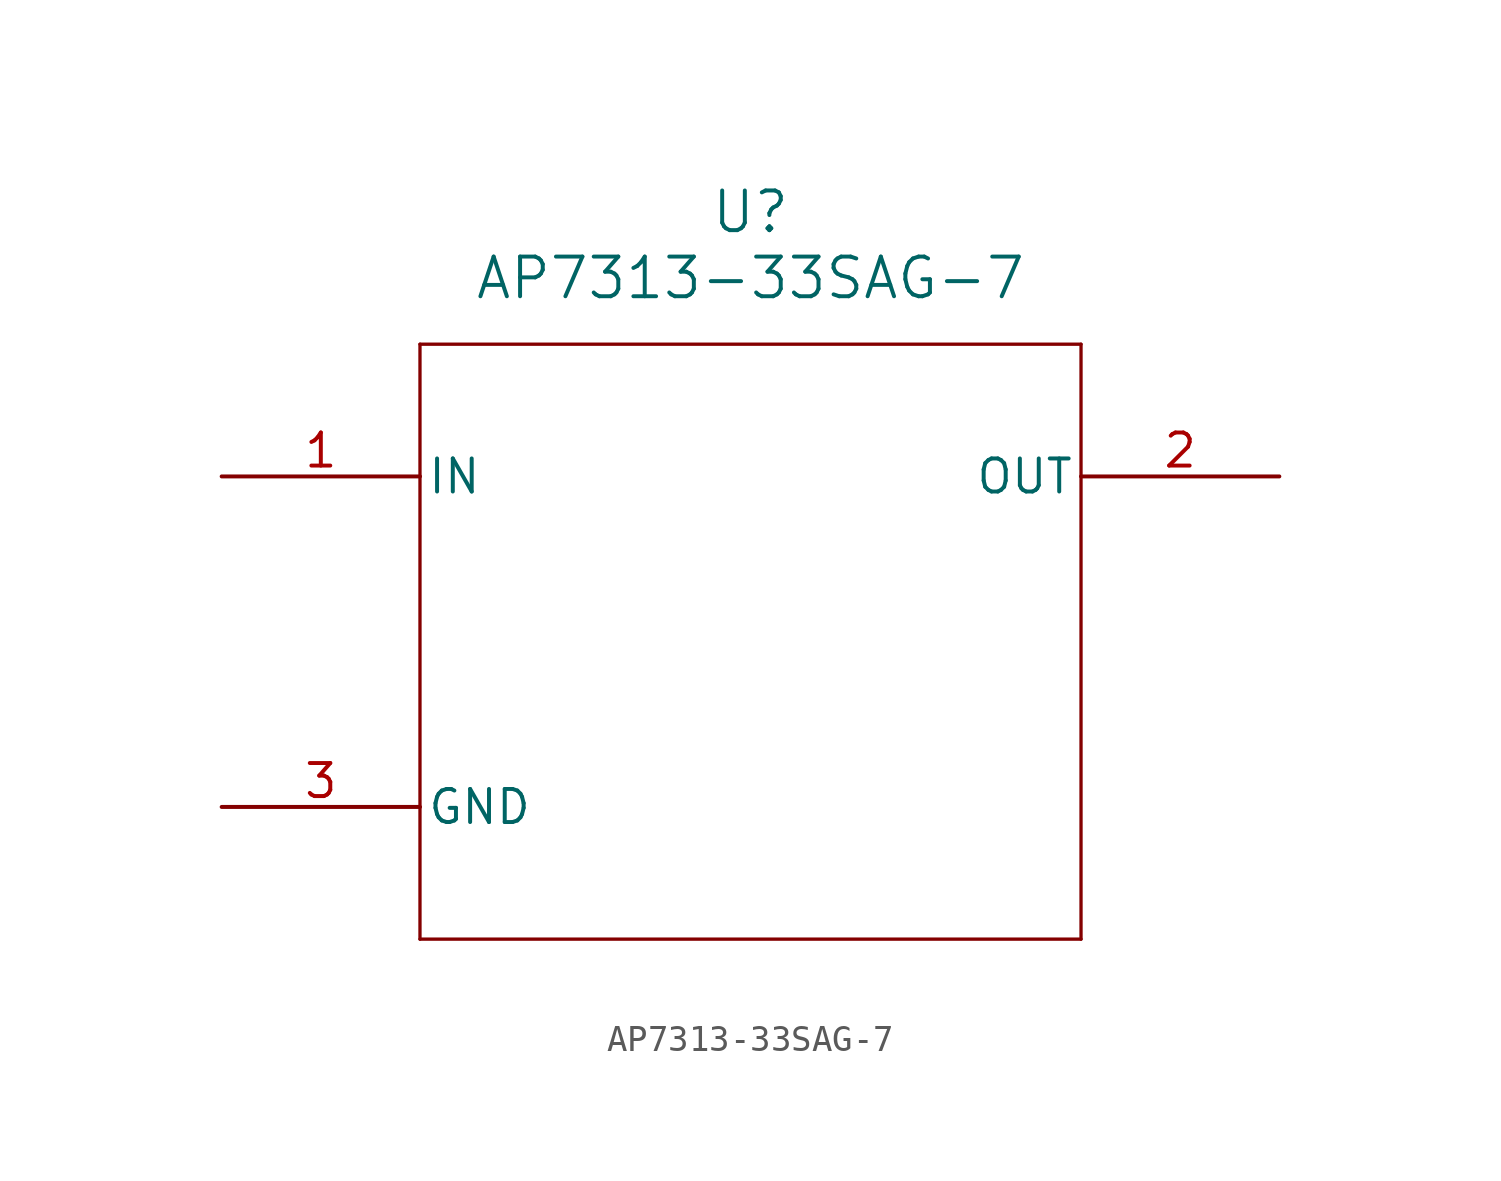
<source format=kicad_sym>
(kicad_symbol_lib
  (version 20211014)
  (generator kicad_symbol_editor)
  (symbol "AP7313-33SAG-7"
    (pin_names
      (offset 0.254))
    (property "Reference" "U"
      (at 20.32 10.16 0)
      (effects (font (size 1.524 1.524))))
    (property "Value" "AP7313-33SAG-7"
      (at 20.32 7.62 0)
      (effects (font (size 1.524 1.524))))
    (symbol "AP7313-33SAG-7_0_1"
      (polyline (pts (xy 7.62 5.08) (xy 7.62 -17.78)) (stroke (width 0.127) (type default) (color 0 0 0 0)) (fill (type none)))
      (polyline (pts (xy 7.62 -17.78) (xy 33.02 -17.78)) (stroke (width 0.127) (type default) (color 0 0 0 0)) (fill (type none)))
      (polyline (pts (xy 33.02 -17.78) (xy 33.02 5.08)) (stroke (width 0.127) (type default) (color 0 0 0 0)) (fill (type none)))
      (polyline (pts (xy 33.02 5.08) (xy 7.62 5.08)) (stroke (width 0.127) (type default) (color 0 0 0 0)) (fill (type none)))
      (pin input line (at 0 0 0) (length 7.62) (name "IN" (effects (font (size 1.27 1.27)))) (number "1" (effects (font (size 1.27 1.27)))))
      (pin output line (at 40.64 0 180) (length 7.62) (name "OUT" (effects (font (size 1.27 1.27)))) (number "2" (effects (font (size 1.27 1.27)))))
      (pin power_in line (at 0 -12.7 0) (length 7.62) (name "GND" (effects (font (size 1.27 1.27)))) (number "3" (effects (font (size 1.27 1.27))))))))
</source>
